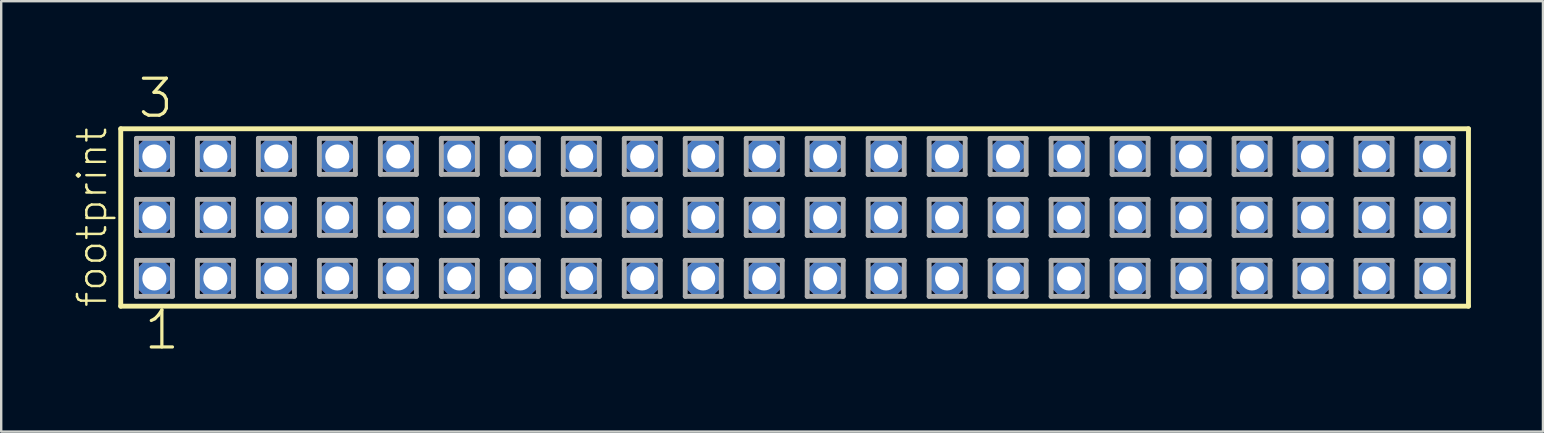
<source format=kicad_pcb>
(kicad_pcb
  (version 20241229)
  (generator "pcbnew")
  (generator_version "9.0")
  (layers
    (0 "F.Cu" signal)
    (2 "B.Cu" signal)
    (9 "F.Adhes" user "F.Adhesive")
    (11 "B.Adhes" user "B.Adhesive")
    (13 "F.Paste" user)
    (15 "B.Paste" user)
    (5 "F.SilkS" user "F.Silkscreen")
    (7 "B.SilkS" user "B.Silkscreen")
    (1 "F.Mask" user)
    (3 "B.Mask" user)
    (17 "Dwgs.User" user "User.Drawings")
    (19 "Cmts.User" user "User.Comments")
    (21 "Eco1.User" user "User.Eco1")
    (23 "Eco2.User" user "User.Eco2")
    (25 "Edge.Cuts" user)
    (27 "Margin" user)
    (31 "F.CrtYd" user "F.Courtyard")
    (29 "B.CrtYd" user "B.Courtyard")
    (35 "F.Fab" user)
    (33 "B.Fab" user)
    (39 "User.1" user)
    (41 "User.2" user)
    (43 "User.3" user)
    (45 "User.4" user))
  (footprint "footprint"
    (layer "F.Cu")
    (at 30.048 6.009)
    (property "Reference" "footprint" (at -28.575 3.81 90) (layer "F.SilkS") (effects (font (size 1.168 1.168) (thickness 0.102)) (justify left bottom)))
    (fp_line (start -28.069 -3.695) (end 28.069 -3.695) (stroke (width 0.203) (type solid)) (layer "F.SilkS"))
    (fp_line (start -28.069 3.695) (end -28.069 -3.695) (stroke (width 0.203) (type solid)) (layer "F.SilkS"))
    (fp_line (start 28.069 -3.695) (end 28.069 3.695) (stroke (width 0.203) (type solid)) (layer "F.SilkS"))
    (fp_line (start 28.069 3.695) (end -28.069 3.695) (stroke (width 0.203) (type solid)) (layer "F.SilkS"))
    (fp_line (start -27.415 -3.295) (end -25.915 -3.295) (stroke (width 0.203) (type solid)) (layer "F.Fab"))
    (fp_line (start -27.415 -1.795) (end -27.415 -3.295) (stroke (width 0.203) (type solid)) (layer "F.Fab"))
    (fp_line (start -27.415 -0.755) (end -25.915 -0.755) (stroke (width 0.203) (type solid)) (layer "F.Fab"))
    (fp_line (start -27.415 0.745) (end -27.415 -0.755) (stroke (width 0.203) (type solid)) (layer "F.Fab"))
    (fp_line (start -27.415 1.785) (end -25.915 1.785) (stroke (width 0.203) (type solid)) (layer "F.Fab"))
    (fp_line (start -27.415 3.285) (end -27.415 1.785) (stroke (width 0.203) (type solid)) (layer "F.Fab"))
    (fp_line (start -25.915 -3.295) (end -25.915 -1.795) (stroke (width 0.203) (type solid)) (layer "F.Fab"))
    (fp_line (start -25.915 -1.795) (end -27.415 -1.795) (stroke (width 0.203) (type solid)) (layer "F.Fab"))
    (fp_line (start -25.915 -0.755) (end -25.915 0.745) (stroke (width 0.203) (type solid)) (layer "F.Fab"))
    (fp_line (start -25.915 0.745) (end -27.415 0.745) (stroke (width 0.203) (type solid)) (layer "F.Fab"))
    (fp_line (start -25.915 1.785) (end -25.915 3.285) (stroke (width 0.203) (type solid)) (layer "F.Fab"))
    (fp_line (start -25.915 3.285) (end -27.415 3.285) (stroke (width 0.203) (type solid)) (layer "F.Fab"))
    (fp_line (start -24.875 -3.295) (end -23.375 -3.295) (stroke (width 0.203) (type solid)) (layer "F.Fab"))
    (fp_line (start -24.875 -1.795) (end -24.875 -3.295) (stroke (width 0.203) (type solid)) (layer "F.Fab"))
    (fp_line (start -24.875 -0.755) (end -23.375 -0.755) (stroke (width 0.203) (type solid)) (layer "F.Fab"))
    (fp_line (start -24.875 0.745) (end -24.875 -0.755) (stroke (width 0.203) (type solid)) (layer "F.Fab"))
    (fp_line (start -24.875 1.785) (end -23.375 1.785) (stroke (width 0.203) (type solid)) (layer "F.Fab"))
    (fp_line (start -24.875 3.285) (end -24.875 1.785) (stroke (width 0.203) (type solid)) (layer "F.Fab"))
    (fp_line (start -23.375 -3.295) (end -23.375 -1.795) (stroke (width 0.203) (type solid)) (layer "F.Fab"))
    (fp_line (start -23.375 -1.795) (end -24.875 -1.795) (stroke (width 0.203) (type solid)) (layer "F.Fab"))
    (fp_line (start -23.375 -0.755) (end -23.375 0.745) (stroke (width 0.203) (type solid)) (layer "F.Fab"))
    (fp_line (start -23.375 0.745) (end -24.875 0.745) (stroke (width 0.203) (type solid)) (layer "F.Fab"))
    (fp_line (start -23.375 1.785) (end -23.375 3.285) (stroke (width 0.203) (type solid)) (layer "F.Fab"))
    (fp_line (start -23.375 3.285) (end -24.875 3.285) (stroke (width 0.203) (type solid)) (layer "F.Fab"))
    (fp_line (start -22.335 -3.295) (end -20.835 -3.295) (stroke (width 0.203) (type solid)) (layer "F.Fab"))
    (fp_line (start -22.335 -1.795) (end -22.335 -3.295) (stroke (width 0.203) (type solid)) (layer "F.Fab"))
    (fp_line (start -22.335 -0.755) (end -20.835 -0.755) (stroke (width 0.203) (type solid)) (layer "F.Fab"))
    (fp_line (start -22.335 0.745) (end -22.335 -0.755) (stroke (width 0.203) (type solid)) (layer "F.Fab"))
    (fp_line (start -22.335 1.785) (end -20.835 1.785) (stroke (width 0.203) (type solid)) (layer "F.Fab"))
    (fp_line (start -22.335 3.285) (end -22.335 1.785) (stroke (width 0.203) (type solid)) (layer "F.Fab"))
    (fp_line (start -20.835 -3.295) (end -20.835 -1.795) (stroke (width 0.203) (type solid)) (layer "F.Fab"))
    (fp_line (start -20.835 -1.795) (end -22.335 -1.795) (stroke (width 0.203) (type solid)) (layer "F.Fab"))
    (fp_line (start -20.835 -0.755) (end -20.835 0.745) (stroke (width 0.203) (type solid)) (layer "F.Fab"))
    (fp_line (start -20.835 0.745) (end -22.335 0.745) (stroke (width 0.203) (type solid)) (layer "F.Fab"))
    (fp_line (start -20.835 1.785) (end -20.835 3.285) (stroke (width 0.203) (type solid)) (layer "F.Fab"))
    (fp_line (start -20.835 3.285) (end -22.335 3.285) (stroke (width 0.203) (type solid)) (layer "F.Fab"))
    (fp_line (start -19.795 -3.295) (end -18.295 -3.295) (stroke (width 0.203) (type solid)) (layer "F.Fab"))
    (fp_line (start -19.795 -1.795) (end -19.795 -3.295) (stroke (width 0.203) (type solid)) (layer "F.Fab"))
    (fp_line (start -19.795 -0.755) (end -18.295 -0.755) (stroke (width 0.203) (type solid)) (layer "F.Fab"))
    (fp_line (start -19.795 0.745) (end -19.795 -0.755) (stroke (width 0.203) (type solid)) (layer "F.Fab"))
    (fp_line (start -19.795 1.785) (end -18.295 1.785) (stroke (width 0.203) (type solid)) (layer "F.Fab"))
    (fp_line (start -19.795 3.285) (end -19.795 1.785) (stroke (width 0.203) (type solid)) (layer "F.Fab"))
    (fp_line (start -18.295 -3.295) (end -18.295 -1.795) (stroke (width 0.203) (type solid)) (layer "F.Fab"))
    (fp_line (start -18.295 -1.795) (end -19.795 -1.795) (stroke (width 0.203) (type solid)) (layer "F.Fab"))
    (fp_line (start -18.295 -0.755) (end -18.295 0.745) (stroke (width 0.203) (type solid)) (layer "F.Fab"))
    (fp_line (start -18.295 0.745) (end -19.795 0.745) (stroke (width 0.203) (type solid)) (layer "F.Fab"))
    (fp_line (start -18.295 1.785) (end -18.295 3.285) (stroke (width 0.203) (type solid)) (layer "F.Fab"))
    (fp_line (start -18.295 3.285) (end -19.795 3.285) (stroke (width 0.203) (type solid)) (layer "F.Fab"))
    (fp_line (start -17.255 -3.295) (end -15.755 -3.295) (stroke (width 0.203) (type solid)) (layer "F.Fab"))
    (fp_line (start -17.255 -1.795) (end -17.255 -3.295) (stroke (width 0.203) (type solid)) (layer "F.Fab"))
    (fp_line (start -17.255 -0.755) (end -15.755 -0.755) (stroke (width 0.203) (type solid)) (layer "F.Fab"))
    (fp_line (start -17.255 0.745) (end -17.255 -0.755) (stroke (width 0.203) (type solid)) (layer "F.Fab"))
    (fp_line (start -17.255 1.785) (end -15.755 1.785) (stroke (width 0.203) (type solid)) (layer "F.Fab"))
    (fp_line (start -17.255 3.285) (end -17.255 1.785) (stroke (width 0.203) (type solid)) (layer "F.Fab"))
    (fp_line (start -15.755 -3.295) (end -15.755 -1.795) (stroke (width 0.203) (type solid)) (layer "F.Fab"))
    (fp_line (start -15.755 -1.795) (end -17.255 -1.795) (stroke (width 0.203) (type solid)) (layer "F.Fab"))
    (fp_line (start -15.755 -0.755) (end -15.755 0.745) (stroke (width 0.203) (type solid)) (layer "F.Fab"))
    (fp_line (start -15.755 0.745) (end -17.255 0.745) (stroke (width 0.203) (type solid)) (layer "F.Fab"))
    (fp_line (start -15.755 1.785) (end -15.755 3.285) (stroke (width 0.203) (type solid)) (layer "F.Fab"))
    (fp_line (start -15.755 3.285) (end -17.255 3.285) (stroke (width 0.203) (type solid)) (layer "F.Fab"))
    (fp_line (start -14.715 -3.295) (end -13.215 -3.295) (stroke (width 0.203) (type solid)) (layer "F.Fab"))
    (fp_line (start -14.715 -1.795) (end -14.715 -3.295) (stroke (width 0.203) (type solid)) (layer "F.Fab"))
    (fp_line (start -14.715 -0.755) (end -13.215 -0.755) (stroke (width 0.203) (type solid)) (layer "F.Fab"))
    (fp_line (start -14.715 0.745) (end -14.715 -0.755) (stroke (width 0.203) (type solid)) (layer "F.Fab"))
    (fp_line (start -14.715 1.785) (end -13.215 1.785) (stroke (width 0.203) (type solid)) (layer "F.Fab"))
    (fp_line (start -14.715 3.285) (end -14.715 1.785) (stroke (width 0.203) (type solid)) (layer "F.Fab"))
    (fp_line (start -13.215 -3.295) (end -13.215 -1.795) (stroke (width 0.203) (type solid)) (layer "F.Fab"))
    (fp_line (start -13.215 -1.795) (end -14.715 -1.795) (stroke (width 0.203) (type solid)) (layer "F.Fab"))
    (fp_line (start -13.215 -0.755) (end -13.215 0.745) (stroke (width 0.203) (type solid)) (layer "F.Fab"))
    (fp_line (start -13.215 0.745) (end -14.715 0.745) (stroke (width 0.203) (type solid)) (layer "F.Fab"))
    (fp_line (start -13.215 1.785) (end -13.215 3.285) (stroke (width 0.203) (type solid)) (layer "F.Fab"))
    (fp_line (start -13.215 3.285) (end -14.715 3.285) (stroke (width 0.203) (type solid)) (layer "F.Fab"))
    (fp_line (start -12.175 -3.295) (end -10.675 -3.295) (stroke (width 0.203) (type solid)) (layer "F.Fab"))
    (fp_line (start -12.175 -1.795) (end -12.175 -3.295) (stroke (width 0.203) (type solid)) (layer "F.Fab"))
    (fp_line (start -12.175 -0.755) (end -10.675 -0.755) (stroke (width 0.203) (type solid)) (layer "F.Fab"))
    (fp_line (start -12.175 0.745) (end -12.175 -0.755) (stroke (width 0.203) (type solid)) (layer "F.Fab"))
    (fp_line (start -12.175 1.785) (end -10.675 1.785) (stroke (width 0.203) (type solid)) (layer "F.Fab"))
    (fp_line (start -12.175 3.285) (end -12.175 1.785) (stroke (width 0.203) (type solid)) (layer "F.Fab"))
    (fp_line (start -10.675 -3.295) (end -10.675 -1.795) (stroke (width 0.203) (type solid)) (layer "F.Fab"))
    (fp_line (start -10.675 -1.795) (end -12.175 -1.795) (stroke (width 0.203) (type solid)) (layer "F.Fab"))
    (fp_line (start -10.675 -0.755) (end -10.675 0.745) (stroke (width 0.203) (type solid)) (layer "F.Fab"))
    (fp_line (start -10.675 0.745) (end -12.175 0.745) (stroke (width 0.203) (type solid)) (layer "F.Fab"))
    (fp_line (start -10.675 1.785) (end -10.675 3.285) (stroke (width 0.203) (type solid)) (layer "F.Fab"))
    (fp_line (start -10.675 3.285) (end -12.175 3.285) (stroke (width 0.203) (type solid)) (layer "F.Fab"))
    (fp_line (start -9.635 -3.295) (end -8.135 -3.295) (stroke (width 0.203) (type solid)) (layer "F.Fab"))
    (fp_line (start -9.635 -1.795) (end -9.635 -3.295) (stroke (width 0.203) (type solid)) (layer "F.Fab"))
    (fp_line (start -9.635 -0.755) (end -8.135 -0.755) (stroke (width 0.203) (type solid)) (layer "F.Fab"))
    (fp_line (start -9.635 0.745) (end -9.635 -0.755) (stroke (width 0.203) (type solid)) (layer "F.Fab"))
    (fp_line (start -9.635 1.785) (end -8.135 1.785) (stroke (width 0.203) (type solid)) (layer "F.Fab"))
    (fp_line (start -9.635 3.285) (end -9.635 1.785) (stroke (width 0.203) (type solid)) (layer "F.Fab"))
    (fp_line (start -8.135 -3.295) (end -8.135 -1.795) (stroke (width 0.203) (type solid)) (layer "F.Fab"))
    (fp_line (start -8.135 -1.795) (end -9.635 -1.795) (stroke (width 0.203) (type solid)) (layer "F.Fab"))
    (fp_line (start -8.135 -0.755) (end -8.135 0.745) (stroke (width 0.203) (type solid)) (layer "F.Fab"))
    (fp_line (start -8.135 0.745) (end -9.635 0.745) (stroke (width 0.203) (type solid)) (layer "F.Fab"))
    (fp_line (start -8.135 1.785) (end -8.135 3.285) (stroke (width 0.203) (type solid)) (layer "F.Fab"))
    (fp_line (start -8.135 3.285) (end -9.635 3.285) (stroke (width 0.203) (type solid)) (layer "F.Fab"))
    (fp_line (start -7.095 -3.295) (end -5.595 -3.295) (stroke (width 0.203) (type solid)) (layer "F.Fab"))
    (fp_line (start -7.095 -1.795) (end -7.095 -3.295) (stroke (width 0.203) (type solid)) (layer "F.Fab"))
    (fp_line (start -7.095 -0.755) (end -5.595 -0.755) (stroke (width 0.203) (type solid)) (layer "F.Fab"))
    (fp_line (start -7.095 0.745) (end -7.095 -0.755) (stroke (width 0.203) (type solid)) (layer "F.Fab"))
    (fp_line (start -7.095 1.785) (end -5.595 1.785) (stroke (width 0.203) (type solid)) (layer "F.Fab"))
    (fp_line (start -7.095 3.285) (end -7.095 1.785) (stroke (width 0.203) (type solid)) (layer "F.Fab"))
    (fp_line (start -5.595 -3.295) (end -5.595 -1.795) (stroke (width 0.203) (type solid)) (layer "F.Fab"))
    (fp_line (start -5.595 -1.795) (end -7.095 -1.795) (stroke (width 0.203) (type solid)) (layer "F.Fab"))
    (fp_line (start -5.595 -0.755) (end -5.595 0.745) (stroke (width 0.203) (type solid)) (layer "F.Fab"))
    (fp_line (start -5.595 0.745) (end -7.095 0.745) (stroke (width 0.203) (type solid)) (layer "F.Fab"))
    (fp_line (start -5.595 1.785) (end -5.595 3.285) (stroke (width 0.203) (type solid)) (layer "F.Fab"))
    (fp_line (start -5.595 3.285) (end -7.095 3.285) (stroke (width 0.203) (type solid)) (layer "F.Fab"))
    (fp_line (start -4.555 -3.295) (end -3.055 -3.295) (stroke (width 0.203) (type solid)) (layer "F.Fab"))
    (fp_line (start -4.555 -1.795) (end -4.555 -3.295) (stroke (width 0.203) (type solid)) (layer "F.Fab"))
    (fp_line (start -4.555 -0.755) (end -3.055 -0.755) (stroke (width 0.203) (type solid)) (layer "F.Fab"))
    (fp_line (start -4.555 0.745) (end -4.555 -0.755) (stroke (width 0.203) (type solid)) (layer "F.Fab"))
    (fp_line (start -4.555 1.785) (end -3.055 1.785) (stroke (width 0.203) (type solid)) (layer "F.Fab"))
    (fp_line (start -4.555 3.285) (end -4.555 1.785) (stroke (width 0.203) (type solid)) (layer "F.Fab"))
    (fp_line (start -3.055 -3.295) (end -3.055 -1.795) (stroke (width 0.203) (type solid)) (layer "F.Fab"))
    (fp_line (start -3.055 -1.795) (end -4.555 -1.795) (stroke (width 0.203) (type solid)) (layer "F.Fab"))
    (fp_line (start -3.055 -0.755) (end -3.055 0.745) (stroke (width 0.203) (type solid)) (layer "F.Fab"))
    (fp_line (start -3.055 0.745) (end -4.555 0.745) (stroke (width 0.203) (type solid)) (layer "F.Fab"))
    (fp_line (start -3.055 1.785) (end -3.055 3.285) (stroke (width 0.203) (type solid)) (layer "F.Fab"))
    (fp_line (start -3.055 3.285) (end -4.555 3.285) (stroke (width 0.203) (type solid)) (layer "F.Fab"))
    (fp_line (start -2.015 -3.295) (end -0.515 -3.295) (stroke (width 0.203) (type solid)) (layer "F.Fab"))
    (fp_line (start -2.015 -1.795) (end -2.015 -3.295) (stroke (width 0.203) (type solid)) (layer "F.Fab"))
    (fp_line (start -2.015 -0.755) (end -0.515 -0.755) (stroke (width 0.203) (type solid)) (layer "F.Fab"))
    (fp_line (start -2.015 0.745) (end -2.015 -0.755) (stroke (width 0.203) (type solid)) (layer "F.Fab"))
    (fp_line (start -2.015 1.785) (end -0.515 1.785) (stroke (width 0.203) (type solid)) (layer "F.Fab"))
    (fp_line (start -2.015 3.285) (end -2.015 1.785) (stroke (width 0.203) (type solid)) (layer "F.Fab"))
    (fp_line (start -0.515 -3.295) (end -0.515 -1.795) (stroke (width 0.203) (type solid)) (layer "F.Fab"))
    (fp_line (start -0.515 -1.795) (end -2.015 -1.795) (stroke (width 0.203) (type solid)) (layer "F.Fab"))
    (fp_line (start -0.515 -0.755) (end -0.515 0.745) (stroke (width 0.203) (type solid)) (layer "F.Fab"))
    (fp_line (start -0.515 0.745) (end -2.015 0.745) (stroke (width 0.203) (type solid)) (layer "F.Fab"))
    (fp_line (start -0.515 1.785) (end -0.515 3.285) (stroke (width 0.203) (type solid)) (layer "F.Fab"))
    (fp_line (start -0.515 3.285) (end -2.015 3.285) (stroke (width 0.203) (type solid)) (layer "F.Fab"))
    (fp_line (start 0.525 -3.295) (end 2.025 -3.295) (stroke (width 0.203) (type solid)) (layer "F.Fab"))
    (fp_line (start 0.525 -1.795) (end 0.525 -3.295) (stroke (width 0.203) (type solid)) (layer "F.Fab"))
    (fp_line (start 0.525 -0.755) (end 2.025 -0.755) (stroke (width 0.203) (type solid)) (layer "F.Fab"))
    (fp_line (start 0.525 0.745) (end 0.525 -0.755) (stroke (width 0.203) (type solid)) (layer "F.Fab"))
    (fp_line (start 0.525 1.785) (end 2.025 1.785) (stroke (width 0.203) (type solid)) (layer "F.Fab"))
    (fp_line (start 0.525 3.285) (end 0.525 1.785) (stroke (width 0.203) (type solid)) (layer "F.Fab"))
    (fp_line (start 2.025 -3.295) (end 2.025 -1.795) (stroke (width 0.203) (type solid)) (layer "F.Fab"))
    (fp_line (start 2.025 -1.795) (end 0.525 -1.795) (stroke (width 0.203) (type solid)) (layer "F.Fab"))
    (fp_line (start 2.025 -0.755) (end 2.025 0.745) (stroke (width 0.203) (type solid)) (layer "F.Fab"))
    (fp_line (start 2.025 0.745) (end 0.525 0.745) (stroke (width 0.203) (type solid)) (layer "F.Fab"))
    (fp_line (start 2.025 1.785) (end 2.025 3.285) (stroke (width 0.203) (type solid)) (layer "F.Fab"))
    (fp_line (start 2.025 3.285) (end 0.525 3.285) (stroke (width 0.203) (type solid)) (layer "F.Fab"))
    (fp_line (start 3.065 -3.295) (end 4.565 -3.295) (stroke (width 0.203) (type solid)) (layer "F.Fab"))
    (fp_line (start 3.065 -1.795) (end 3.065 -3.295) (stroke (width 0.203) (type solid)) (layer "F.Fab"))
    (fp_line (start 3.065 -0.755) (end 4.565 -0.755) (stroke (width 0.203) (type solid)) (layer "F.Fab"))
    (fp_line (start 3.065 0.745) (end 3.065 -0.755) (stroke (width 0.203) (type solid)) (layer "F.Fab"))
    (fp_line (start 3.065 1.785) (end 4.565 1.785) (stroke (width 0.203) (type solid)) (layer "F.Fab"))
    (fp_line (start 3.065 3.285) (end 3.065 1.785) (stroke (width 0.203) (type solid)) (layer "F.Fab"))
    (fp_line (start 4.565 -3.295) (end 4.565 -1.795) (stroke (width 0.203) (type solid)) (layer "F.Fab"))
    (fp_line (start 4.565 -1.795) (end 3.065 -1.795) (stroke (width 0.203) (type solid)) (layer "F.Fab"))
    (fp_line (start 4.565 -0.755) (end 4.565 0.745) (stroke (width 0.203) (type solid)) (layer "F.Fab"))
    (fp_line (start 4.565 0.745) (end 3.065 0.745) (stroke (width 0.203) (type solid)) (layer "F.Fab"))
    (fp_line (start 4.565 1.785) (end 4.565 3.285) (stroke (width 0.203) (type solid)) (layer "F.Fab"))
    (fp_line (start 4.565 3.285) (end 3.065 3.285) (stroke (width 0.203) (type solid)) (layer "F.Fab"))
    (fp_line (start 5.605 -3.295) (end 7.105 -3.295) (stroke (width 0.203) (type solid)) (layer "F.Fab"))
    (fp_line (start 5.605 -1.795) (end 5.605 -3.295) (stroke (width 0.203) (type solid)) (layer "F.Fab"))
    (fp_line (start 5.605 -0.755) (end 7.105 -0.755) (stroke (width 0.203) (type solid)) (layer "F.Fab"))
    (fp_line (start 5.605 0.745) (end 5.605 -0.755) (stroke (width 0.203) (type solid)) (layer "F.Fab"))
    (fp_line (start 5.605 1.785) (end 7.105 1.785) (stroke (width 0.203) (type solid)) (layer "F.Fab"))
    (fp_line (start 5.605 3.285) (end 5.605 1.785) (stroke (width 0.203) (type solid)) (layer "F.Fab"))
    (fp_line (start 7.105 -3.295) (end 7.105 -1.795) (stroke (width 0.203) (type solid)) (layer "F.Fab"))
    (fp_line (start 7.105 -1.795) (end 5.605 -1.795) (stroke (width 0.203) (type solid)) (layer "F.Fab"))
    (fp_line (start 7.105 -0.755) (end 7.105 0.745) (stroke (width 0.203) (type solid)) (layer "F.Fab"))
    (fp_line (start 7.105 0.745) (end 5.605 0.745) (stroke (width 0.203) (type solid)) (layer "F.Fab"))
    (fp_line (start 7.105 1.785) (end 7.105 3.285) (stroke (width 0.203) (type solid)) (layer "F.Fab"))
    (fp_line (start 7.105 3.285) (end 5.605 3.285) (stroke (width 0.203) (type solid)) (layer "F.Fab"))
    (fp_line (start 8.145 -3.295) (end 9.645 -3.295) (stroke (width 0.203) (type solid)) (layer "F.Fab"))
    (fp_line (start 8.145 -1.795) (end 8.145 -3.295) (stroke (width 0.203) (type solid)) (layer "F.Fab"))
    (fp_line (start 8.145 -0.755) (end 9.645 -0.755) (stroke (width 0.203) (type solid)) (layer "F.Fab"))
    (fp_line (start 8.145 0.745) (end 8.145 -0.755) (stroke (width 0.203) (type solid)) (layer "F.Fab"))
    (fp_line (start 8.145 1.785) (end 9.645 1.785) (stroke (width 0.203) (type solid)) (layer "F.Fab"))
    (fp_line (start 8.145 3.285) (end 8.145 1.785) (stroke (width 0.203) (type solid)) (layer "F.Fab"))
    (fp_line (start 9.645 -3.295) (end 9.645 -1.795) (stroke (width 0.203) (type solid)) (layer "F.Fab"))
    (fp_line (start 9.645 -1.795) (end 8.145 -1.795) (stroke (width 0.203) (type solid)) (layer "F.Fab"))
    (fp_line (start 9.645 -0.755) (end 9.645 0.745) (stroke (width 0.203) (type solid)) (layer "F.Fab"))
    (fp_line (start 9.645 0.745) (end 8.145 0.745) (stroke (width 0.203) (type solid)) (layer "F.Fab"))
    (fp_line (start 9.645 1.785) (end 9.645 3.285) (stroke (width 0.203) (type solid)) (layer "F.Fab"))
    (fp_line (start 9.645 3.285) (end 8.145 3.285) (stroke (width 0.203) (type solid)) (layer "F.Fab"))
    (fp_line (start 10.685 -3.295) (end 12.185 -3.295) (stroke (width 0.203) (type solid)) (layer "F.Fab"))
    (fp_line (start 10.685 -1.795) (end 10.685 -3.295) (stroke (width 0.203) (type solid)) (layer "F.Fab"))
    (fp_line (start 10.685 -0.755) (end 12.185 -0.755) (stroke (width 0.203) (type solid)) (layer "F.Fab"))
    (fp_line (start 10.685 0.745) (end 10.685 -0.755) (stroke (width 0.203) (type solid)) (layer "F.Fab"))
    (fp_line (start 10.685 1.785) (end 12.185 1.785) (stroke (width 0.203) (type solid)) (layer "F.Fab"))
    (fp_line (start 10.685 3.285) (end 10.685 1.785) (stroke (width 0.203) (type solid)) (layer "F.Fab"))
    (fp_line (start 12.185 -3.295) (end 12.185 -1.795) (stroke (width 0.203) (type solid)) (layer "F.Fab"))
    (fp_line (start 12.185 -1.795) (end 10.685 -1.795) (stroke (width 0.203) (type solid)) (layer "F.Fab"))
    (fp_line (start 12.185 -0.755) (end 12.185 0.745) (stroke (width 0.203) (type solid)) (layer "F.Fab"))
    (fp_line (start 12.185 0.745) (end 10.685 0.745) (stroke (width 0.203) (type solid)) (layer "F.Fab"))
    (fp_line (start 12.185 1.785) (end 12.185 3.285) (stroke (width 0.203) (type solid)) (layer "F.Fab"))
    (fp_line (start 12.185 3.285) (end 10.685 3.285) (stroke (width 0.203) (type solid)) (layer "F.Fab"))
    (fp_line (start 13.225 -3.295) (end 14.725 -3.295) (stroke (width 0.203) (type solid)) (layer "F.Fab"))
    (fp_line (start 13.225 -1.795) (end 13.225 -3.295) (stroke (width 0.203) (type solid)) (layer "F.Fab"))
    (fp_line (start 13.225 -0.755) (end 14.725 -0.755) (stroke (width 0.203) (type solid)) (layer "F.Fab"))
    (fp_line (start 13.225 0.745) (end 13.225 -0.755) (stroke (width 0.203) (type solid)) (layer "F.Fab"))
    (fp_line (start 13.225 1.785) (end 14.725 1.785) (stroke (width 0.203) (type solid)) (layer "F.Fab"))
    (fp_line (start 13.225 3.285) (end 13.225 1.785) (stroke (width 0.203) (type solid)) (layer "F.Fab"))
    (fp_line (start 14.725 -3.295) (end 14.725 -1.795) (stroke (width 0.203) (type solid)) (layer "F.Fab"))
    (fp_line (start 14.725 -1.795) (end 13.225 -1.795) (stroke (width 0.203) (type solid)) (layer "F.Fab"))
    (fp_line (start 14.725 -0.755) (end 14.725 0.745) (stroke (width 0.203) (type solid)) (layer "F.Fab"))
    (fp_line (start 14.725 0.745) (end 13.225 0.745) (stroke (width 0.203) (type solid)) (layer "F.Fab"))
    (fp_line (start 14.725 1.785) (end 14.725 3.285) (stroke (width 0.203) (type solid)) (layer "F.Fab"))
    (fp_line (start 14.725 3.285) (end 13.225 3.285) (stroke (width 0.203) (type solid)) (layer "F.Fab"))
    (fp_line (start 15.765 -3.295) (end 17.265 -3.295) (stroke (width 0.203) (type solid)) (layer "F.Fab"))
    (fp_line (start 15.765 -1.795) (end 15.765 -3.295) (stroke (width 0.203) (type solid)) (layer "F.Fab"))
    (fp_line (start 15.765 -0.755) (end 17.265 -0.755) (stroke (width 0.203) (type solid)) (layer "F.Fab"))
    (fp_line (start 15.765 0.745) (end 15.765 -0.755) (stroke (width 0.203) (type solid)) (layer "F.Fab"))
    (fp_line (start 15.765 1.785) (end 17.265 1.785) (stroke (width 0.203) (type solid)) (layer "F.Fab"))
    (fp_line (start 15.765 3.285) (end 15.765 1.785) (stroke (width 0.203) (type solid)) (layer "F.Fab"))
    (fp_line (start 17.265 -3.295) (end 17.265 -1.795) (stroke (width 0.203) (type solid)) (layer "F.Fab"))
    (fp_line (start 17.265 -1.795) (end 15.765 -1.795) (stroke (width 0.203) (type solid)) (layer "F.Fab"))
    (fp_line (start 17.265 -0.755) (end 17.265 0.745) (stroke (width 0.203) (type solid)) (layer "F.Fab"))
    (fp_line (start 17.265 0.745) (end 15.765 0.745) (stroke (width 0.203) (type solid)) (layer "F.Fab"))
    (fp_line (start 17.265 1.785) (end 17.265 3.285) (stroke (width 0.203) (type solid)) (layer "F.Fab"))
    (fp_line (start 17.265 3.285) (end 15.765 3.285) (stroke (width 0.203) (type solid)) (layer "F.Fab"))
    (fp_line (start 18.305 -3.295) (end 19.805 -3.295) (stroke (width 0.203) (type solid)) (layer "F.Fab"))
    (fp_line (start 18.305 -1.795) (end 18.305 -3.295) (stroke (width 0.203) (type solid)) (layer "F.Fab"))
    (fp_line (start 18.305 -0.755) (end 19.805 -0.755) (stroke (width 0.203) (type solid)) (layer "F.Fab"))
    (fp_line (start 18.305 0.745) (end 18.305 -0.755) (stroke (width 0.203) (type solid)) (layer "F.Fab"))
    (fp_line (start 18.305 1.785) (end 19.805 1.785) (stroke (width 0.203) (type solid)) (layer "F.Fab"))
    (fp_line (start 18.305 3.285) (end 18.305 1.785) (stroke (width 0.203) (type solid)) (layer "F.Fab"))
    (fp_line (start 19.805 -3.295) (end 19.805 -1.795) (stroke (width 0.203) (type solid)) (layer "F.Fab"))
    (fp_line (start 19.805 -1.795) (end 18.305 -1.795) (stroke (width 0.203) (type solid)) (layer "F.Fab"))
    (fp_line (start 19.805 -0.755) (end 19.805 0.745) (stroke (width 0.203) (type solid)) (layer "F.Fab"))
    (fp_line (start 19.805 0.745) (end 18.305 0.745) (stroke (width 0.203) (type solid)) (layer "F.Fab"))
    (fp_line (start 19.805 1.785) (end 19.805 3.285) (stroke (width 0.203) (type solid)) (layer "F.Fab"))
    (fp_line (start 19.805 3.285) (end 18.305 3.285) (stroke (width 0.203) (type solid)) (layer "F.Fab"))
    (fp_line (start 20.845 -3.295) (end 22.345 -3.295) (stroke (width 0.203) (type solid)) (layer "F.Fab"))
    (fp_line (start 20.845 -1.795) (end 20.845 -3.295) (stroke (width 0.203) (type solid)) (layer "F.Fab"))
    (fp_line (start 20.845 -0.755) (end 22.345 -0.755) (stroke (width 0.203) (type solid)) (layer "F.Fab"))
    (fp_line (start 20.845 0.745) (end 20.845 -0.755) (stroke (width 0.203) (type solid)) (layer "F.Fab"))
    (fp_line (start 20.845 1.785) (end 22.345 1.785) (stroke (width 0.203) (type solid)) (layer "F.Fab"))
    (fp_line (start 20.845 3.285) (end 20.845 1.785) (stroke (width 0.203) (type solid)) (layer "F.Fab"))
    (fp_line (start 22.345 -3.295) (end 22.345 -1.795) (stroke (width 0.203) (type solid)) (layer "F.Fab"))
    (fp_line (start 22.345 -1.795) (end 20.845 -1.795) (stroke (width 0.203) (type solid)) (layer "F.Fab"))
    (fp_line (start 22.345 -0.755) (end 22.345 0.745) (stroke (width 0.203) (type solid)) (layer "F.Fab"))
    (fp_line (start 22.345 0.745) (end 20.845 0.745) (stroke (width 0.203) (type solid)) (layer "F.Fab"))
    (fp_line (start 22.345 1.785) (end 22.345 3.285) (stroke (width 0.203) (type solid)) (layer "F.Fab"))
    (fp_line (start 22.345 3.285) (end 20.845 3.285) (stroke (width 0.203) (type solid)) (layer "F.Fab"))
    (fp_line (start 23.385 -3.295) (end 24.885 -3.295) (stroke (width 0.203) (type solid)) (layer "F.Fab"))
    (fp_line (start 23.385 -1.795) (end 23.385 -3.295) (stroke (width 0.203) (type solid)) (layer "F.Fab"))
    (fp_line (start 23.385 -0.755) (end 24.885 -0.755) (stroke (width 0.203) (type solid)) (layer "F.Fab"))
    (fp_line (start 23.385 0.745) (end 23.385 -0.755) (stroke (width 0.203) (type solid)) (layer "F.Fab"))
    (fp_line (start 23.385 1.785) (end 24.885 1.785) (stroke (width 0.203) (type solid)) (layer "F.Fab"))
    (fp_line (start 23.385 3.285) (end 23.385 1.785) (stroke (width 0.203) (type solid)) (layer "F.Fab"))
    (fp_line (start 24.885 -3.295) (end 24.885 -1.795) (stroke (width 0.203) (type solid)) (layer "F.Fab"))
    (fp_line (start 24.885 -1.795) (end 23.385 -1.795) (stroke (width 0.203) (type solid)) (layer "F.Fab"))
    (fp_line (start 24.885 -0.755) (end 24.885 0.745) (stroke (width 0.203) (type solid)) (layer "F.Fab"))
    (fp_line (start 24.885 0.745) (end 23.385 0.745) (stroke (width 0.203) (type solid)) (layer "F.Fab"))
    (fp_line (start 24.885 1.785) (end 24.885 3.285) (stroke (width 0.203) (type solid)) (layer "F.Fab"))
    (fp_line (start 24.885 3.285) (end 23.385 3.285) (stroke (width 0.203) (type solid)) (layer "F.Fab"))
    (fp_line (start 25.925 -3.295) (end 27.425 -3.295) (stroke (width 0.203) (type solid)) (layer "F.Fab"))
    (fp_line (start 25.925 -1.795) (end 25.925 -3.295) (stroke (width 0.203) (type solid)) (layer "F.Fab"))
    (fp_line (start 25.925 -0.755) (end 27.425 -0.755) (stroke (width 0.203) (type solid)) (layer "F.Fab"))
    (fp_line (start 25.925 0.745) (end 25.925 -0.755) (stroke (width 0.203) (type solid)) (layer "F.Fab"))
    (fp_line (start 25.925 1.785) (end 27.425 1.785) (stroke (width 0.203) (type solid)) (layer "F.Fab"))
    (fp_line (start 25.925 3.285) (end 25.925 1.785) (stroke (width 0.203) (type solid)) (layer "F.Fab"))
    (fp_line (start 27.425 -3.295) (end 27.425 -1.795) (stroke (width 0.203) (type solid)) (layer "F.Fab"))
    (fp_line (start 27.425 -1.795) (end 25.925 -1.795) (stroke (width 0.203) (type solid)) (layer "F.Fab"))
    (fp_line (start 27.425 -0.755) (end 27.425 0.745) (stroke (width 0.203) (type solid)) (layer "F.Fab"))
    (fp_line (start 27.425 0.745) (end 25.925 0.745) (stroke (width 0.203) (type solid)) (layer "F.Fab"))
    (fp_line (start 27.425 1.785) (end 27.425 3.285) (stroke (width 0.203) (type solid)) (layer "F.Fab"))
    (fp_line (start 27.425 3.285) (end 25.925 3.285) (stroke (width 0.203) (type solid)) (layer "F.Fab"))
    (fp_text user "3" (at -27.432 -4.064 0) (layer "F.SilkS") (effects (font (size 1.542 1.542) (thickness 0.134)) (justify left bottom)))
    (fp_text user "1" (at -27.178 5.588 0) (layer "F.SilkS") (effects (font (size 1.542 1.542) (thickness 0.134)) (justify left bottom)))
    (pad "1" thru_hole roundrect (at -26.67 2.54) (size 1.5 1.5) (drill 1) (layers "*.Cu" "*.Mask") (roundrect_rratio 0.25) (chamfer_ratio 0.25) (chamfer top_left top_right bottom_left bottom_right))
    (pad "2" thru_hole roundrect (at -26.67 0) (size 1.5 1.5) (drill 1) (layers "*.Cu" "*.Mask") (roundrect_rratio 0.25) (chamfer_ratio 0.25) (chamfer top_left top_right bottom_left bottom_right))
    (pad "3" thru_hole roundrect (at -26.67 -2.54) (size 1.5 1.5) (drill 1) (layers "*.Cu" "*.Mask") (roundrect_rratio 0.25) (chamfer_ratio 0.25) (chamfer top_left top_right bottom_left bottom_right))
    (pad "4" thru_hole roundrect (at -24.13 2.54) (size 1.5 1.5) (drill 1) (layers "*.Cu" "*.Mask") (roundrect_rratio 0.25) (chamfer_ratio 0.25) (chamfer top_left top_right bottom_left bottom_right))
    (pad "5" thru_hole roundrect (at -24.13 0) (size 1.5 1.5) (drill 1) (layers "*.Cu" "*.Mask") (roundrect_rratio 0.25) (chamfer_ratio 0.25) (chamfer top_left top_right bottom_left bottom_right))
    (pad "6" thru_hole roundrect (at -24.13 -2.54) (size 1.5 1.5) (drill 1) (layers "*.Cu" "*.Mask") (roundrect_rratio 0.25) (chamfer_ratio 0.25) (chamfer top_left top_right bottom_left bottom_right))
    (pad "7" thru_hole roundrect (at -21.59 2.54) (size 1.5 1.5) (drill 1) (layers "*.Cu" "*.Mask") (roundrect_rratio 0.25) (chamfer_ratio 0.25) (chamfer top_left top_right bottom_left bottom_right))
    (pad "8" thru_hole roundrect (at -21.59 0) (size 1.5 1.5) (drill 1) (layers "*.Cu" "*.Mask") (roundrect_rratio 0.25) (chamfer_ratio 0.25) (chamfer top_left top_right bottom_left bottom_right))
    (pad "9" thru_hole roundrect (at -21.59 -2.54) (size 1.5 1.5) (drill 1) (layers "*.Cu" "*.Mask") (roundrect_rratio 0.25) (chamfer_ratio 0.25) (chamfer top_left top_right bottom_left bottom_right))
    (pad "10" thru_hole roundrect (at -19.05 2.54) (size 1.5 1.5) (drill 1) (layers "*.Cu" "*.Mask") (roundrect_rratio 0.25) (chamfer_ratio 0.25) (chamfer top_left top_right bottom_left bottom_right))
    (pad "11" thru_hole roundrect (at -19.05 0) (size 1.5 1.5) (drill 1) (layers "*.Cu" "*.Mask") (roundrect_rratio 0.25) (chamfer_ratio 0.25) (chamfer top_left top_right bottom_left bottom_right))
    (pad "12" thru_hole roundrect (at -19.05 -2.54) (size 1.5 1.5) (drill 1) (layers "*.Cu" "*.Mask") (roundrect_rratio 0.25) (chamfer_ratio 0.25) (chamfer top_left top_right bottom_left bottom_right))
    (pad "13" thru_hole roundrect (at -16.51 2.54) (size 1.5 1.5) (drill 1) (layers "*.Cu" "*.Mask") (roundrect_rratio 0.25) (chamfer_ratio 0.25) (chamfer top_left top_right bottom_left bottom_right))
    (pad "14" thru_hole roundrect (at -16.51 0) (size 1.5 1.5) (drill 1) (layers "*.Cu" "*.Mask") (roundrect_rratio 0.25) (chamfer_ratio 0.25) (chamfer top_left top_right bottom_left bottom_right))
    (pad "15" thru_hole roundrect (at -16.51 -2.54) (size 1.5 1.5) (drill 1) (layers "*.Cu" "*.Mask") (roundrect_rratio 0.25) (chamfer_ratio 0.25) (chamfer top_left top_right bottom_left bottom_right))
    (pad "16" thru_hole roundrect (at -13.97 2.54) (size 1.5 1.5) (drill 1) (layers "*.Cu" "*.Mask") (roundrect_rratio 0.25) (chamfer_ratio 0.25) (chamfer top_left top_right bottom_left bottom_right))
    (pad "17" thru_hole roundrect (at -13.97 0) (size 1.5 1.5) (drill 1) (layers "*.Cu" "*.Mask") (roundrect_rratio 0.25) (chamfer_ratio 0.25) (chamfer top_left top_right bottom_left bottom_right))
    (pad "18" thru_hole roundrect (at -13.97 -2.54) (size 1.5 1.5) (drill 1) (layers "*.Cu" "*.Mask") (roundrect_rratio 0.25) (chamfer_ratio 0.25) (chamfer top_left top_right bottom_left bottom_right))
    (pad "19" thru_hole roundrect (at -11.43 2.54) (size 1.5 1.5) (drill 1) (layers "*.Cu" "*.Mask") (roundrect_rratio 0.25) (chamfer_ratio 0.25) (chamfer top_left top_right bottom_left bottom_right))
    (pad "20" thru_hole roundrect (at -11.43 0) (size 1.5 1.5) (drill 1) (layers "*.Cu" "*.Mask") (roundrect_rratio 0.25) (chamfer_ratio 0.25) (chamfer top_left top_right bottom_left bottom_right))
    (pad "21" thru_hole roundrect (at -11.43 -2.54) (size 1.5 1.5) (drill 1) (layers "*.Cu" "*.Mask") (roundrect_rratio 0.25) (chamfer_ratio 0.25) (chamfer top_left top_right bottom_left bottom_right))
    (pad "22" thru_hole roundrect (at -8.89 2.54) (size 1.5 1.5) (drill 1) (layers "*.Cu" "*.Mask") (roundrect_rratio 0.25) (chamfer_ratio 0.25) (chamfer top_left top_right bottom_left bottom_right))
    (pad "23" thru_hole roundrect (at -8.89 0) (size 1.5 1.5) (drill 1) (layers "*.Cu" "*.Mask") (roundrect_rratio 0.25) (chamfer_ratio 0.25) (chamfer top_left top_right bottom_left bottom_right))
    (pad "24" thru_hole roundrect (at -8.89 -2.54) (size 1.5 1.5) (drill 1) (layers "*.Cu" "*.Mask") (roundrect_rratio 0.25) (chamfer_ratio 0.25) (chamfer top_left top_right bottom_left bottom_right))
    (pad "25" thru_hole roundrect (at -6.35 2.54) (size 1.5 1.5) (drill 1) (layers "*.Cu" "*.Mask") (roundrect_rratio 0.25) (chamfer_ratio 0.25) (chamfer top_left top_right bottom_left bottom_right))
    (pad "26" thru_hole roundrect (at -6.35 0) (size 1.5 1.5) (drill 1) (layers "*.Cu" "*.Mask") (roundrect_rratio 0.25) (chamfer_ratio 0.25) (chamfer top_left top_right bottom_left bottom_right))
    (pad "27" thru_hole roundrect (at -6.35 -2.54) (size 1.5 1.5) (drill 1) (layers "*.Cu" "*.Mask") (roundrect_rratio 0.25) (chamfer_ratio 0.25) (chamfer top_left top_right bottom_left bottom_right))
    (pad "28" thru_hole roundrect (at -3.81 2.54) (size 1.5 1.5) (drill 1) (layers "*.Cu" "*.Mask") (roundrect_rratio 0.25) (chamfer_ratio 0.25) (chamfer top_left top_right bottom_left bottom_right))
    (pad "29" thru_hole roundrect (at -3.81 0) (size 1.5 1.5) (drill 1) (layers "*.Cu" "*.Mask") (roundrect_rratio 0.25) (chamfer_ratio 0.25) (chamfer top_left top_right bottom_left bottom_right))
    (pad "30" thru_hole roundrect (at -3.81 -2.54) (size 1.5 1.5) (drill 1) (layers "*.Cu" "*.Mask") (roundrect_rratio 0.25) (chamfer_ratio 0.25) (chamfer top_left top_right bottom_left bottom_right))
    (pad "31" thru_hole roundrect (at -1.27 2.54) (size 1.5 1.5) (drill 1) (layers "*.Cu" "*.Mask") (roundrect_rratio 0.25) (chamfer_ratio 0.25) (chamfer top_left top_right bottom_left bottom_right))
    (pad "32" thru_hole roundrect (at -1.27 0) (size 1.5 1.5) (drill 1) (layers "*.Cu" "*.Mask") (roundrect_rratio 0.25) (chamfer_ratio 0.25) (chamfer top_left top_right bottom_left bottom_right))
    (pad "33" thru_hole roundrect (at -1.27 -2.54) (size 1.5 1.5) (drill 1) (layers "*.Cu" "*.Mask") (roundrect_rratio 0.25) (chamfer_ratio 0.25) (chamfer top_left top_right bottom_left bottom_right))
    (pad "34" thru_hole roundrect (at 1.27 2.54) (size 1.5 1.5) (drill 1) (layers "*.Cu" "*.Mask") (roundrect_rratio 0.25) (chamfer_ratio 0.25) (chamfer top_left top_right bottom_left bottom_right))
    (pad "35" thru_hole roundrect (at 1.27 0) (size 1.5 1.5) (drill 1) (layers "*.Cu" "*.Mask") (roundrect_rratio 0.25) (chamfer_ratio 0.25) (chamfer top_left top_right bottom_left bottom_right))
    (pad "36" thru_hole roundrect (at 1.27 -2.54) (size 1.5 1.5) (drill 1) (layers "*.Cu" "*.Mask") (roundrect_rratio 0.25) (chamfer_ratio 0.25) (chamfer top_left top_right bottom_left bottom_right))
    (pad "37" thru_hole roundrect (at 3.81 2.54) (size 1.5 1.5) (drill 1) (layers "*.Cu" "*.Mask") (roundrect_rratio 0.25) (chamfer_ratio 0.25) (chamfer top_left top_right bottom_left bottom_right))
    (pad "38" thru_hole roundrect (at 3.81 0) (size 1.5 1.5) (drill 1) (layers "*.Cu" "*.Mask") (roundrect_rratio 0.25) (chamfer_ratio 0.25) (chamfer top_left top_right bottom_left bottom_right))
    (pad "39" thru_hole roundrect (at 3.81 -2.54) (size 1.5 1.5) (drill 1) (layers "*.Cu" "*.Mask") (roundrect_rratio 0.25) (chamfer_ratio 0.25) (chamfer top_left top_right bottom_left bottom_right))
    (pad "40" thru_hole roundrect (at 6.35 2.54) (size 1.5 1.5) (drill 1) (layers "*.Cu" "*.Mask") (roundrect_rratio 0.25) (chamfer_ratio 0.25) (chamfer top_left top_right bottom_left bottom_right))
    (pad "41" thru_hole roundrect (at 6.35 0) (size 1.5 1.5) (drill 1) (layers "*.Cu" "*.Mask") (roundrect_rratio 0.25) (chamfer_ratio 0.25) (chamfer top_left top_right bottom_left bottom_right))
    (pad "42" thru_hole roundrect (at 6.35 -2.54) (size 1.5 1.5) (drill 1) (layers "*.Cu" "*.Mask") (roundrect_rratio 0.25) (chamfer_ratio 0.25) (chamfer top_left top_right bottom_left bottom_right))
    (pad "43" thru_hole roundrect (at 8.89 2.54) (size 1.5 1.5) (drill 1) (layers "*.Cu" "*.Mask") (roundrect_rratio 0.25) (chamfer_ratio 0.25) (chamfer top_left top_right bottom_left bottom_right))
    (pad "44" thru_hole roundrect (at 8.89 0) (size 1.5 1.5) (drill 1) (layers "*.Cu" "*.Mask") (roundrect_rratio 0.25) (chamfer_ratio 0.25) (chamfer top_left top_right bottom_left bottom_right))
    (pad "45" thru_hole roundrect (at 8.89 -2.54) (size 1.5 1.5) (drill 1) (layers "*.Cu" "*.Mask") (roundrect_rratio 0.25) (chamfer_ratio 0.25) (chamfer top_left top_right bottom_left bottom_right))
    (pad "46" thru_hole roundrect (at 11.43 2.54) (size 1.5 1.5) (drill 1) (layers "*.Cu" "*.Mask") (roundrect_rratio 0.25) (chamfer_ratio 0.25) (chamfer top_left top_right bottom_left bottom_right))
    (pad "47" thru_hole roundrect (at 11.43 0) (size 1.5 1.5) (drill 1) (layers "*.Cu" "*.Mask") (roundrect_rratio 0.25) (chamfer_ratio 0.25) (chamfer top_left top_right bottom_left bottom_right))
    (pad "48" thru_hole roundrect (at 11.43 -2.54) (size 1.5 1.5) (drill 1) (layers "*.Cu" "*.Mask") (roundrect_rratio 0.25) (chamfer_ratio 0.25) (chamfer top_left top_right bottom_left bottom_right))
    (pad "49" thru_hole roundrect (at 13.97 2.54) (size 1.5 1.5) (drill 1) (layers "*.Cu" "*.Mask") (roundrect_rratio 0.25) (chamfer_ratio 0.25) (chamfer top_left top_right bottom_left bottom_right))
    (pad "50" thru_hole roundrect (at 13.97 0) (size 1.5 1.5) (drill 1) (layers "*.Cu" "*.Mask") (roundrect_rratio 0.25) (chamfer_ratio 0.25) (chamfer top_left top_right bottom_left bottom_right))
    (pad "51" thru_hole roundrect (at 13.97 -2.54) (size 1.5 1.5) (drill 1) (layers "*.Cu" "*.Mask") (roundrect_rratio 0.25) (chamfer_ratio 0.25) (chamfer top_left top_right bottom_left bottom_right))
    (pad "52" thru_hole roundrect (at 16.51 2.54) (size 1.5 1.5) (drill 1) (layers "*.Cu" "*.Mask") (roundrect_rratio 0.25) (chamfer_ratio 0.25) (chamfer top_left top_right bottom_left bottom_right))
    (pad "53" thru_hole roundrect (at 16.51 0) (size 1.5 1.5) (drill 1) (layers "*.Cu" "*.Mask") (roundrect_rratio 0.25) (chamfer_ratio 0.25) (chamfer top_left top_right bottom_left bottom_right))
    (pad "54" thru_hole roundrect (at 16.51 -2.54) (size 1.5 1.5) (drill 1) (layers "*.Cu" "*.Mask") (roundrect_rratio 0.25) (chamfer_ratio 0.25) (chamfer top_left top_right bottom_left bottom_right))
    (pad "55" thru_hole roundrect (at 19.05 2.54) (size 1.5 1.5) (drill 1) (layers "*.Cu" "*.Mask") (roundrect_rratio 0.25) (chamfer_ratio 0.25) (chamfer top_left top_right bottom_left bottom_right))
    (pad "56" thru_hole roundrect (at 19.05 0) (size 1.5 1.5) (drill 1) (layers "*.Cu" "*.Mask") (roundrect_rratio 0.25) (chamfer_ratio 0.25) (chamfer top_left top_right bottom_left bottom_right))
    (pad "57" thru_hole roundrect (at 19.05 -2.54) (size 1.5 1.5) (drill 1) (layers "*.Cu" "*.Mask") (roundrect_rratio 0.25) (chamfer_ratio 0.25) (chamfer top_left top_right bottom_left bottom_right))
    (pad "58" thru_hole roundrect (at 21.59 2.54) (size 1.5 1.5) (drill 1) (layers "*.Cu" "*.Mask") (roundrect_rratio 0.25) (chamfer_ratio 0.25) (chamfer top_left top_right bottom_left bottom_right))
    (pad "59" thru_hole roundrect (at 21.59 0) (size 1.5 1.5) (drill 1) (layers "*.Cu" "*.Mask") (roundrect_rratio 0.25) (chamfer_ratio 0.25) (chamfer top_left top_right bottom_left bottom_right))
    (pad "60" thru_hole roundrect (at 21.59 -2.54) (size 1.5 1.5) (drill 1) (layers "*.Cu" "*.Mask") (roundrect_rratio 0.25) (chamfer_ratio 0.25) (chamfer top_left top_right bottom_left bottom_right))
    (pad "61" thru_hole roundrect (at 24.13 2.54) (size 1.5 1.5) (drill 1) (layers "*.Cu" "*.Mask") (roundrect_rratio 0.25) (chamfer_ratio 0.25) (chamfer top_left top_right bottom_left bottom_right))
    (pad "62" thru_hole roundrect (at 24.13 0) (size 1.5 1.5) (drill 1) (layers "*.Cu" "*.Mask") (roundrect_rratio 0.25) (chamfer_ratio 0.25) (chamfer top_left top_right bottom_left bottom_right))
    (pad "63" thru_hole roundrect (at 24.13 -2.54) (size 1.5 1.5) (drill 1) (layers "*.Cu" "*.Mask") (roundrect_rratio 0.25) (chamfer_ratio 0.25) (chamfer top_left top_right bottom_left bottom_right))
    (pad "64" thru_hole roundrect (at 26.67 2.54) (size 1.5 1.5) (drill 1) (layers "*.Cu" "*.Mask") (roundrect_rratio 0.25) (chamfer_ratio 0.25) (chamfer top_left top_right bottom_left bottom_right))
    (pad "65" thru_hole roundrect (at 26.67 0) (size 1.5 1.5) (drill 1) (layers "*.Cu" "*.Mask") (roundrect_rratio 0.25) (chamfer_ratio 0.25) (chamfer top_left top_right bottom_left bottom_right))
    (pad "66" thru_hole roundrect (at 26.67 -2.54) (size 1.5 1.5) (drill 1) (layers "*.Cu" "*.Mask") (roundrect_rratio 0.25) (chamfer_ratio 0.25) (chamfer top_left top_right bottom_left bottom_right)))
  (gr_rect
    (start -3 -3)
    (end 61.219 14.927)
    (stroke (width 0.1) (type default))
    (fill no)
    (layer "Edge.Cuts")))
</source>
